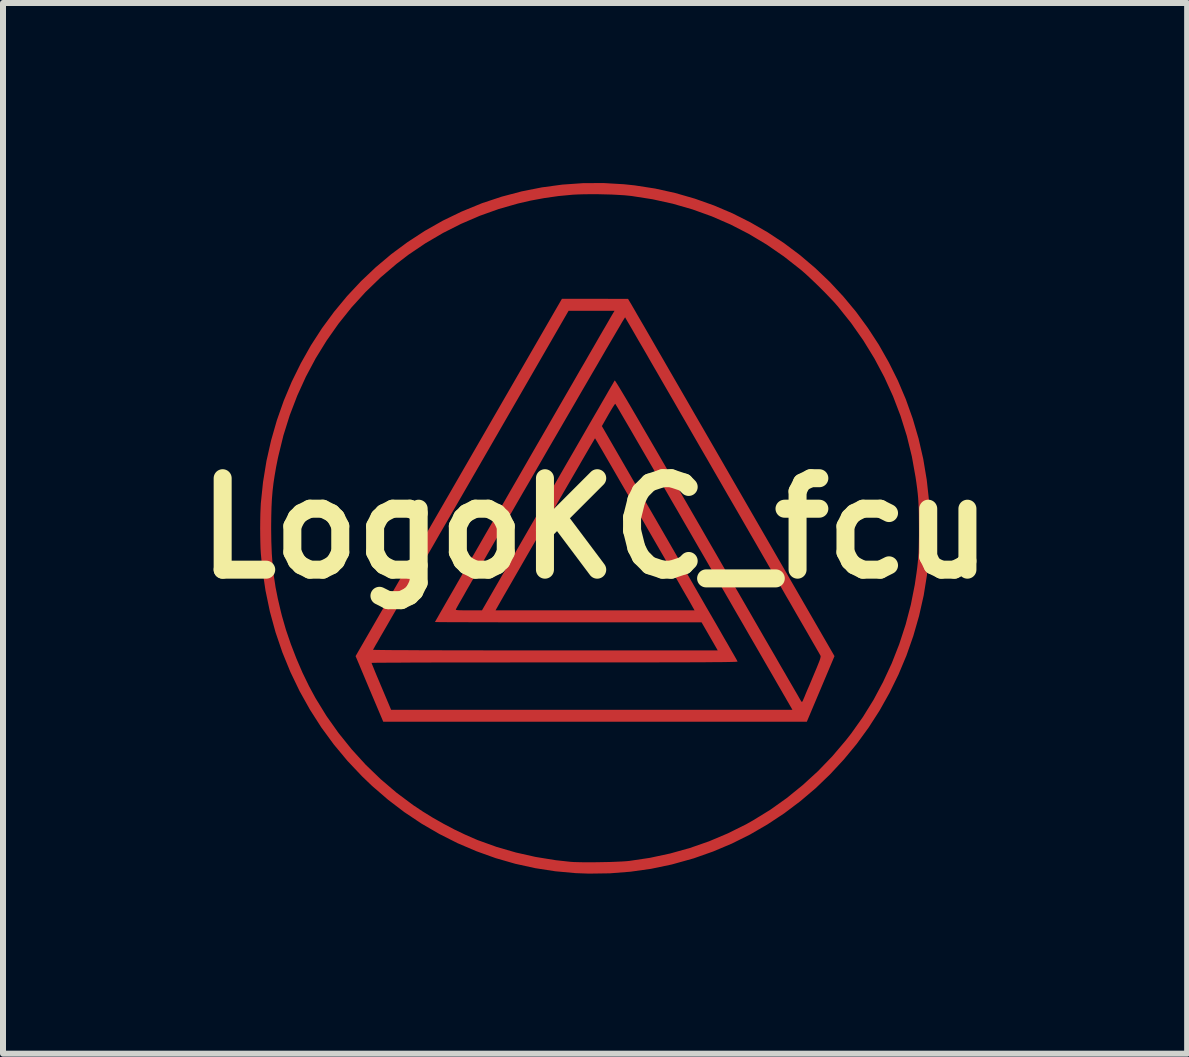
<source format=kicad_pcb>
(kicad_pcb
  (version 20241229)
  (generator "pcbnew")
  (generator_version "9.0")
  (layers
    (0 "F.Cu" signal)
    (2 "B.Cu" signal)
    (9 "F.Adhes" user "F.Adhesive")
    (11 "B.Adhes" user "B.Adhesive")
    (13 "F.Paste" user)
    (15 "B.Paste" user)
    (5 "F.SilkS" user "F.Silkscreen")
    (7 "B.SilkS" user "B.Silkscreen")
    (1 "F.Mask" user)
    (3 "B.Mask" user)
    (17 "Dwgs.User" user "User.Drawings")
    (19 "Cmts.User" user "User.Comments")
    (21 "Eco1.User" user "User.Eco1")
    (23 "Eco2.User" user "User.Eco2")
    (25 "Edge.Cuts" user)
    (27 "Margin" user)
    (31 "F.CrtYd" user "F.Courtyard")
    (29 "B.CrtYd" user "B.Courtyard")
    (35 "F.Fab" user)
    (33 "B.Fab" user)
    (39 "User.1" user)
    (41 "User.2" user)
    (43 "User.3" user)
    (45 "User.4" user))
  (footprint "LogoKC_fcu"
    (layer "F.Cu")
    (at 6.865 5.753)
    (property "Reference" "LogoKC_fcu" (at 0 0 0) (layer "F.SilkS") (effects (font (size 1.524 1.524) (thickness 0.3))))
    (attr board_only exclude_from_pos_files exclude_from_bom)
    (fp_poly (pts (xy 0.482 -5.733) (xy 0.662 -5.714) (xy 1.003 -5.661) (xy 1.337 -5.587) (xy 1.663 -5.493) (xy 1.981 -5.38) (xy 2.289 -5.249) (xy 2.587 -5.099) (xy 2.875 -4.933) (xy 3.152 -4.75) (xy 3.417 -4.551) (xy 3.67 -4.336) (xy 3.91 -4.107) (xy 4.136 -3.864) (xy 4.349 -3.608) (xy 4.546 -3.339) (xy 4.729 -3.058) (xy 4.895 -2.765) (xy 5.046 -2.462) (xy 5.179 -2.149) (xy 5.294 -1.826) (xy 5.391 -1.495) (xy 5.469 -1.155) (xy 5.527 -0.808) (xy 5.566 -0.454) (xy 5.569 -0.417) (xy 5.574 -0.331) (xy 5.577 -0.229) (xy 5.579 -0.116) (xy 5.58 0.003) (xy 5.579 0.121) (xy 5.577 0.234) (xy 5.573 0.336) (xy 5.569 0.417) (xy 5.532 0.772) (xy 5.476 1.12) (xy 5.399 1.461) (xy 5.303 1.795) (xy 5.189 2.12) (xy 5.057 2.435) (xy 4.907 2.741) (xy 4.741 3.037) (xy 4.558 3.321) (xy 4.36 3.593) (xy 4.146 3.852) (xy 3.918 4.098) (xy 3.677 4.33) (xy 3.421 4.547) (xy 3.153 4.749) (xy 2.873 4.934) (xy 2.582 5.103) (xy 2.279 5.254) (xy 1.966 5.386) (xy 1.643 5.5) (xy 1.31 5.593) (xy 1.273 5.603) (xy 0.933 5.674) (xy 0.591 5.722) (xy 0.247 5.749) (xy -0.1 5.754) (xy -0.322 5.746) (xy -0.661 5.715) (xy -0.997 5.663) (xy -1.329 5.59) (xy -1.656 5.496) (xy -1.976 5.381) (xy -2.29 5.247) (xy -2.595 5.093) (xy -2.891 4.921) (xy -3.177 4.73) (xy -3.451 4.521) (xy -3.714 4.294) (xy -3.88 4.135) (xy -4.125 3.876) (xy -4.352 3.603) (xy -4.561 3.318) (xy -4.751 3.021) (xy -4.923 2.713) (xy -5.076 2.395) (xy -5.21 2.067) (xy -5.324 1.732) (xy -5.418 1.388) (xy -5.491 1.038) (xy -5.544 0.681) (xy -5.569 0.417) (xy -5.574 0.331) (xy -5.577 0.229) (xy -5.579 0.116) (xy -5.58 0) (xy -5.397 0) (xy -5.394 0.22) (xy -5.386 0.424) (xy -5.372 0.616) (xy -5.351 0.801) (xy -5.323 0.984) (xy -5.286 1.17) (xy -5.241 1.363) (xy -5.218 1.456) (xy -5.151 1.689) (xy -5.069 1.929) (xy -4.976 2.17) (xy -4.874 2.407) (xy -4.764 2.633) (xy -4.658 2.829) (xy -4.475 3.127) (xy -4.274 3.411) (xy -4.055 3.683) (xy -3.821 3.94) (xy -3.571 4.181) (xy -3.307 4.406) (xy -3.031 4.612) (xy -2.875 4.716) (xy -2.705 4.821) (xy -2.525 4.923) (xy -2.343 5.019) (xy -2.163 5.105) (xy -1.992 5.18) (xy -1.951 5.197) (xy -1.64 5.309) (xy -1.319 5.402) (xy -0.99 5.476) (xy -0.657 5.53) (xy -0.411 5.557) (xy -0.351 5.561) (xy -0.272 5.563) (xy -0.179 5.565) (xy -0.077 5.565) (xy 0.032 5.564) (xy 0.142 5.562) (xy 0.25 5.56) (xy 0.352 5.556) (xy 0.443 5.552) (xy 0.52 5.547) (xy 0.572 5.542) (xy 0.914 5.491) (xy 1.25 5.419) (xy 1.58 5.327) (xy 1.901 5.215) (xy 2.213 5.083) (xy 2.515 4.933) (xy 2.629 4.869) (xy 2.917 4.692) (xy 3.194 4.495) (xy 3.46 4.279) (xy 3.714 4.047) (xy 3.954 3.798) (xy 4.179 3.533) (xy 4.269 3.418) (xy 4.462 3.146) (xy 4.64 2.859) (xy 4.8 2.559) (xy 4.944 2.249) (xy 5.069 1.93) (xy 5.175 1.604) (xy 5.262 1.273) (xy 5.328 0.939) (xy 5.341 0.85) (xy 5.356 0.749) (xy 5.368 0.659) (xy 5.377 0.576) (xy 5.384 0.496) (xy 5.39 0.414) (xy 5.393 0.327) (xy 5.395 0.231) (xy 5.397 0.12) (xy 5.397 0) (xy 5.396 -0.128) (xy 5.395 -0.238) (xy 5.393 -0.334) (xy 5.389 -0.42) (xy 5.384 -0.501) (xy 5.377 -0.581) (xy 5.367 -0.665) (xy 5.355 -0.755) (xy 5.341 -0.85) (xy 5.279 -1.197) (xy 5.195 -1.539) (xy 5.09 -1.874) (xy 4.965 -2.201) (xy 4.819 -2.521) (xy 4.654 -2.831) (xy 4.47 -3.131) (xy 4.267 -3.42) (xy 4.045 -3.698) (xy 4.037 -3.707) (xy 3.978 -3.774) (xy 3.905 -3.851) (xy 3.824 -3.935) (xy 3.738 -4.021) (xy 3.65 -4.106) (xy 3.566 -4.186) (xy 3.488 -4.257) (xy 3.424 -4.312) (xy 3.146 -4.53) (xy 2.859 -4.728) (xy 2.563 -4.905) (xy 2.258 -5.062) (xy 1.945 -5.198) (xy 1.623 -5.314) (xy 1.293 -5.409) (xy 0.956 -5.483) (xy 0.61 -5.537) (xy 0.572 -5.541) (xy 0.492 -5.549) (xy 0.394 -5.555) (xy 0.283 -5.561) (xy 0.165 -5.564) (xy 0.045 -5.567) (xy -0.074 -5.567) (xy -0.185 -5.566) (xy -0.285 -5.563) (xy -0.367 -5.559) (xy -0.61 -5.536) (xy -0.842 -5.503) (xy -1.07 -5.461) (xy -1.283 -5.412) (xy -1.605 -5.32) (xy -1.921 -5.207) (xy -2.232 -5.073) (xy -2.533 -4.921) (xy -2.825 -4.75) (xy -3.104 -4.562) (xy -3.308 -4.406) (xy -3.574 -4.179) (xy -3.824 -3.937) (xy -4.057 -3.681) (xy -4.274 -3.41) (xy -4.473 -3.127) (xy -4.655 -2.832) (xy -4.818 -2.526) (xy -4.962 -2.21) (xy -5.087 -1.884) (xy -5.192 -1.549) (xy -5.276 -1.207) (xy -5.284 -1.171) (xy -5.314 -1.022) (xy -5.338 -0.883) (xy -5.358 -0.752) (xy -5.373 -0.623) (xy -5.384 -0.491) (xy -5.391 -0.352) (xy -5.395 -0.201) (xy -5.397 -0.033) (xy -5.397 0) (xy -5.58 0) (xy -5.58 -0.003) (xy -5.579 -0.121) (xy -5.577 -0.234) (xy -5.573 -0.335) (xy -5.569 -0.417) (xy -5.532 -0.772) (xy -5.475 -1.122) (xy -5.398 -1.464) (xy -5.302 -1.799) (xy -5.187 -2.126) (xy -5.054 -2.443) (xy -4.902 -2.751) (xy -4.734 -3.049) (xy -4.549 -3.335) (xy -4.348 -3.608) (xy -4.131 -3.87) (xy -3.9 -4.117) (xy -3.654 -4.35) (xy -3.394 -4.569) (xy -3.121 -4.771) (xy -2.835 -4.957) (xy -2.537 -5.126) (xy -2.227 -5.276) (xy -1.906 -5.408) (xy -1.884 -5.417) (xy -1.556 -5.526) (xy -1.223 -5.614) (xy -0.885 -5.681) (xy -0.545 -5.727) (xy -0.203 -5.751) (xy 0.14 -5.753)) (stroke (width 0) (type solid)) (fill yes) (layer "F.Cu"))
    (fp_poly (pts (xy -0.001 -3.824) (xy 0.55 -3.823) (xy 0.603 -3.734) (xy 0.613 -3.717) (xy 0.633 -3.682) (xy 0.664 -3.629) (xy 0.704 -3.559) (xy 0.754 -3.473) (xy 0.813 -3.372) (xy 0.88 -3.256) (xy 0.955 -3.126) (xy 1.037 -2.983) (xy 1.127 -2.828) (xy 1.223 -2.661) (xy 1.326 -2.483) (xy 1.434 -2.296) (xy 1.548 -2.099) (xy 1.666 -1.894) (xy 1.789 -1.682) (xy 1.916 -1.462) (xy 2.046 -1.237) (xy 2.179 -1.006) (xy 2.315 -0.77) (xy 2.322 -0.758) (xy 3.99 2.13) (xy 3.529 3.223) (xy 0 3.223) (xy -3.529 3.223) (xy -3.76 2.677) (xy -3.942 2.243) (xy -3.724 2.243) (xy -3.72 2.254) (xy -3.708 2.284) (xy -3.689 2.33) (xy -3.665 2.39) (xy -3.636 2.46) (xy -3.602 2.54) (xy -3.566 2.626) (xy -3.561 2.637) (xy -3.398 3.024) (xy 3.289 3.024) (xy 3.207 2.882) (xy 3.194 2.86) (xy 3.171 2.819) (xy 3.137 2.761) (xy 3.094 2.686) (xy 3.041 2.595) (xy 2.981 2.49) (xy 2.912 2.371) (xy 2.835 2.238) (xy 2.752 2.094) (xy 2.662 1.938) (xy 2.565 1.771) (xy 2.464 1.595) (xy 2.357 1.411) (xy 2.246 1.218) (xy 2.131 1.019) (xy 2.012 0.813) (xy 1.891 0.603) (xy 1.767 0.388) (xy 1.735 0.334) (xy 1.612 0.12) (xy 1.491 -0.089) (xy 1.374 -0.292) (xy 1.26 -0.488) (xy 1.151 -0.677) (xy 1.047 -0.857) (xy 0.948 -1.029) (xy 0.854 -1.19) (xy 0.767 -1.34) (xy 0.686 -1.479) (xy 0.613 -1.606) (xy 0.547 -1.719) (xy 0.489 -1.818) (xy 0.44 -1.902) (xy 0.4 -1.971) (xy 0.369 -2.023) (xy 0.348 -2.057) (xy 0.338 -2.074) (xy 0.337 -2.075) (xy 0.329 -2.067) (xy 0.312 -2.042) (xy 0.288 -2.004) (xy 0.258 -1.954) (xy 0.225 -1.898) (xy 0.221 -1.891) (xy 0.114 -1.703) (xy 1.242 0.25) (xy 1.353 0.443) (xy 1.461 0.631) (xy 1.566 0.812) (xy 1.667 0.987) (xy 1.763 1.154) (xy 1.854 1.313) (xy 1.94 1.461) (xy 2.02 1.599) (xy 2.093 1.726) (xy 2.158 1.84) (xy 2.217 1.941) (xy 2.266 2.028) (xy 2.308 2.1) (xy 2.34 2.156) (xy 2.362 2.195) (xy 2.373 2.216) (xy 2.375 2.219) (xy 2.373 2.221) (xy 2.365 2.222) (xy 2.351 2.224) (xy 2.329 2.225) (xy 2.299 2.226) (xy 2.26 2.227) (xy 2.211 2.228) (xy 2.153 2.229) (xy 2.083 2.23) (xy 2.002 2.23) (xy 1.908 2.231) (xy 1.802 2.232) (xy 1.681 2.232) (xy 1.546 2.233) (xy 1.396 2.233) (xy 1.23 2.233) (xy 1.047 2.234) (xy 0.847 2.234) (xy 0.628 2.234) (xy 0.391 2.234) (xy 0.134 2.234) (xy -0.143 2.234) (xy -0.441 2.234) (xy -0.671 2.234) (xy -0.93 2.234) (xy -1.183 2.234) (xy -1.43 2.235) (xy -1.669 2.235) (xy -1.899 2.235) (xy -2.12 2.235) (xy -2.33 2.236) (xy -2.529 2.236) (xy -2.716 2.236) (xy -2.891 2.237) (xy -3.051 2.237) (xy -3.196 2.238) (xy -3.326 2.239) (xy -3.439 2.239) (xy -3.534 2.24) (xy -3.611 2.24) (xy -3.669 2.241) (xy -3.707 2.242) (xy -3.723 2.242) (xy -3.724 2.243) (xy -3.942 2.243) (xy -3.99 2.13) (xy -3.929 2.024) (xy -3.7 2.024) (xy -3.689 2.025) (xy -3.657 2.026) (xy -3.604 2.027) (xy -3.53 2.028) (xy -3.438 2.029) (xy -3.326 2.03) (xy -3.196 2.03) (xy -3.048 2.031) (xy -2.883 2.032) (xy -2.703 2.032) (xy -2.506 2.033) (xy -2.295 2.033) (xy -2.069 2.033) (xy -1.83 2.034) (xy -1.578 2.034) (xy -1.314 2.034) (xy -1.038 2.034) (xy -0.83 2.034) (xy 2.044 2.034) (xy 1.91 1.801) (xy 1.775 1.567) (xy -0.446 1.567) (xy -0.667 1.567) (xy -0.881 1.567) (xy -1.089 1.567) (xy -1.288 1.567) (xy -1.478 1.567) (xy -1.658 1.566) (xy -1.827 1.566) (xy -1.984 1.566) (xy -2.127 1.565) (xy -2.255 1.565) (xy -2.369 1.564) (xy -2.465 1.564) (xy -2.544 1.563) (xy -2.605 1.563) (xy -2.646 1.562) (xy -2.666 1.561) (xy -2.668 1.561) (xy -2.662 1.551) (xy -2.646 1.523) (xy -2.62 1.478) (xy -2.585 1.416) (xy -2.557 1.367) (xy -1.658 1.367) (xy 1.658 1.367) (xy 1.621 1.302) (xy 1.596 1.257) (xy 1.562 1.197) (xy 1.519 1.123) (xy 1.469 1.037) (xy 1.413 0.939) (xy 1.351 0.83) (xy 1.283 0.713) (xy 1.211 0.589) (xy 1.136 0.458) (xy 1.057 0.322) (xy 0.976 0.182) (xy 0.894 0.04) (xy 0.812 -0.103) (xy 0.729 -0.246) (xy 0.647 -0.387) (xy 0.567 -0.526) (xy 0.489 -0.66) (xy 0.414 -0.789) (xy 0.343 -0.912) (xy 0.277 -1.026) (xy 0.216 -1.131) (xy 0.161 -1.226) (xy 0.113 -1.309) (xy 0.072 -1.378) (xy 0.04 -1.433) (xy 0.016 -1.473) (xy 0.003 -1.495) (xy 0 -1.5) (xy -0.006 -1.491) (xy -0.022 -1.463) (xy -0.048 -1.419) (xy -0.083 -1.36) (xy -0.126 -1.286) (xy -0.176 -1.2) (xy -0.233 -1.102) (xy -0.295 -0.994) (xy -0.363 -0.877) (xy -0.435 -0.753) (xy -0.511 -0.622) (xy -0.59 -0.486) (xy -0.67 -0.347) (xy -0.753 -0.205) (xy -0.835 -0.062) (xy -0.918 0.081) (xy -1 0.223) (xy -1.08 0.361) (xy -1.158 0.496) (xy -1.232 0.625) (xy -1.303 0.748) (xy -1.369 0.863) (xy -1.43 0.969) (xy -1.485 1.064) (xy -1.533 1.147) (xy -1.573 1.217) (xy -1.605 1.273) (xy -1.621 1.302) (xy -1.658 1.367) (xy -2.557 1.367) (xy -2.55 1.356) (xy -2.319 1.356) (xy -2.313 1.36) (xy -2.297 1.363) (xy -2.269 1.365) (xy -2.226 1.366) (xy -2.165 1.367) (xy -2.105 1.367) (xy -1.884 1.367) (xy -0.784 -0.541) (xy -0.674 -0.731) (xy -0.567 -0.917) (xy -0.464 -1.096) (xy -0.364 -1.268) (xy -0.269 -1.433) (xy -0.179 -1.589) (xy -0.095 -1.735) (xy -0.016 -1.871) (xy 0.056 -1.995) (xy 0.12 -2.106) (xy 0.177 -2.204) (xy 0.225 -2.288) (xy 0.265 -2.357) (xy 0.296 -2.409) (xy 0.316 -2.445) (xy 0.327 -2.462) (xy 0.328 -2.464) (xy 0.331 -2.461) (xy 0.341 -2.448) (xy 0.355 -2.426) (xy 0.376 -2.393) (xy 0.403 -2.349) (xy 0.436 -2.294) (xy 0.477 -2.226) (xy 0.524 -2.147) (xy 0.579 -2.054) (xy 0.641 -1.948) (xy 0.711 -1.828) (xy 0.789 -1.693) (xy 0.876 -1.544) (xy 0.972 -1.379) (xy 1.077 -1.198) (xy 1.191 -1.001) (xy 1.315 -0.787) (xy 1.449 -0.555) (xy 1.593 -0.306) (xy 1.748 -0.038) (xy 1.883 0.197) (xy 2.014 0.423) (xy 2.141 0.644) (xy 2.265 0.859) (xy 2.386 1.068) (xy 2.502 1.269) (xy 2.614 1.463) (xy 2.72 1.647) (xy 2.821 1.822) (xy 2.916 1.986) (xy 3.005 2.139) (xy 3.086 2.281) (xy 3.161 2.409) (xy 3.227 2.524) (xy 3.286 2.625) (xy 3.335 2.71) (xy 3.376 2.78) (xy 3.406 2.833) (xy 3.427 2.869) (xy 3.438 2.886) (xy 3.439 2.888) (xy 3.448 2.893) (xy 3.459 2.88) (xy 3.465 2.866) (xy 3.473 2.847) (xy 3.489 2.81) (xy 3.51 2.758) (xy 3.537 2.694) (xy 3.569 2.621) (xy 3.603 2.54) (xy 3.625 2.487) (xy 3.664 2.394) (xy 3.696 2.318) (xy 3.72 2.258) (xy 3.738 2.213) (xy 3.75 2.179) (xy 3.756 2.155) (xy 3.759 2.138) (xy 3.758 2.127) (xy 3.756 2.121) (xy 3.748 2.107) (xy 3.73 2.075) (xy 3.701 2.025) (xy 3.664 1.96) (xy 3.617 1.879) (xy 3.562 1.783) (xy 3.499 1.674) (xy 3.429 1.553) (xy 3.352 1.42) (xy 3.269 1.275) (xy 3.18 1.122) (xy 3.087 0.959) (xy 2.988 0.788) (xy 2.885 0.61) (xy 2.779 0.426) (xy 2.67 0.236) (xy 2.558 0.043) (xy 2.444 -0.155) (xy 2.329 -0.354) (xy 2.212 -0.555) (xy 2.096 -0.757) (xy 1.979 -0.959) (xy 1.864 -1.159) (xy 1.749 -1.357) (xy 1.636 -1.553) (xy 1.526 -1.744) (xy 1.418 -1.93) (xy 1.314 -2.111) (xy 1.213 -2.285) (xy 1.117 -2.451) (xy 1.026 -2.609) (xy 0.94 -2.757) (xy 0.861 -2.895) (xy 0.788 -3.021) (xy 0.721 -3.135) (xy 0.663 -3.236) (xy 0.613 -3.323) (xy 0.571 -3.395) (xy 0.538 -3.451) (xy 0.515 -3.491) (xy 0.503 -3.512) (xy 0.501 -3.516) (xy 0.495 -3.507) (xy 0.478 -3.48) (xy 0.451 -3.436) (xy 0.416 -3.375) (xy 0.371 -3.299) (xy 0.318 -3.208) (xy 0.257 -3.105) (xy 0.189 -2.989) (xy 0.115 -2.861) (xy 0.035 -2.723) (xy -0.051 -2.576) (xy -0.141 -2.421) (xy -0.236 -2.258) (xy -0.334 -2.088) (xy -0.436 -1.913) (xy -0.54 -1.734) (xy -0.646 -1.551) (xy -0.754 -1.366) (xy -0.862 -1.179) (xy -0.97 -0.992) (xy -1.078 -0.805) (xy -1.186 -0.62) (xy -1.292 -0.437) (xy -1.395 -0.258) (xy -1.497 -0.083) (xy -1.595 0.087) (xy -1.689 0.25) (xy -1.779 0.406) (xy -1.864 0.554) (xy -1.943 0.692) (xy -2.017 0.819) (xy -2.084 0.936) (xy -2.144 1.04) (xy -2.195 1.131) (xy -2.239 1.207) (xy -2.274 1.268) (xy -2.299 1.313) (xy -2.314 1.341) (xy -2.319 1.35) (xy -2.319 1.356) (xy -2.55 1.356) (xy -2.54 1.338) (xy -2.488 1.247) (xy -2.427 1.141) (xy -2.359 1.024) (xy -2.285 0.894) (xy -2.204 0.754) (xy -2.118 0.605) (xy -2.027 0.447) (xy -1.931 0.281) (xy -1.832 0.108) (xy -1.729 -0.07) (xy -1.623 -0.254) (xy -1.515 -0.441) (xy -1.406 -0.631) (xy -1.295 -0.823) (xy -1.184 -1.016) (xy -1.073 -1.209) (xy -0.962 -1.401) (xy -0.852 -1.591) (xy -0.744 -1.778) (xy -0.638 -1.962) (xy -0.535 -2.14) (xy -0.435 -2.313) (xy -0.339 -2.479) (xy -0.248 -2.638) (xy -0.161 -2.787) (xy -0.08 -2.928) (xy -0.005 -3.057) (xy 0.063 -3.176) (xy 0.124 -3.281) (xy 0.178 -3.373) (xy 0.223 -3.451) (xy 0.259 -3.514) (xy 0.286 -3.56) (xy 0.303 -3.589) (xy 0.309 -3.599) (xy 0.325 -3.624) (xy -0.441 -3.624) (xy -2.068 -0.805) (xy -2.202 -0.573) (xy -2.333 -0.346) (xy -2.461 -0.125) (xy -2.585 0.089) (xy -2.704 0.297) (xy -2.819 0.496) (xy -2.929 0.687) (xy -3.034 0.868) (xy -3.132 1.039) (xy -3.225 1.199) (xy -3.31 1.347) (xy -3.388 1.482) (xy -3.458 1.604) (xy -3.521 1.713) (xy -3.575 1.806) (xy -3.619 1.884) (xy -3.655 1.945) (xy -3.68 1.99) (xy -3.695 2.016) (xy -3.7 2.024) (xy -3.929 2.024) (xy -2.271 -0.847) (xy -0.552 -3.824)) (stroke (width 0) (type solid)) (fill yes) (layer "F.Cu")))
  (gr_rect
    (start -3 -3)
    (end 16.731 14.507)
    (stroke (width 0.1) (type default))
    (fill no)
    (layer "Edge.Cuts")))
</source>
